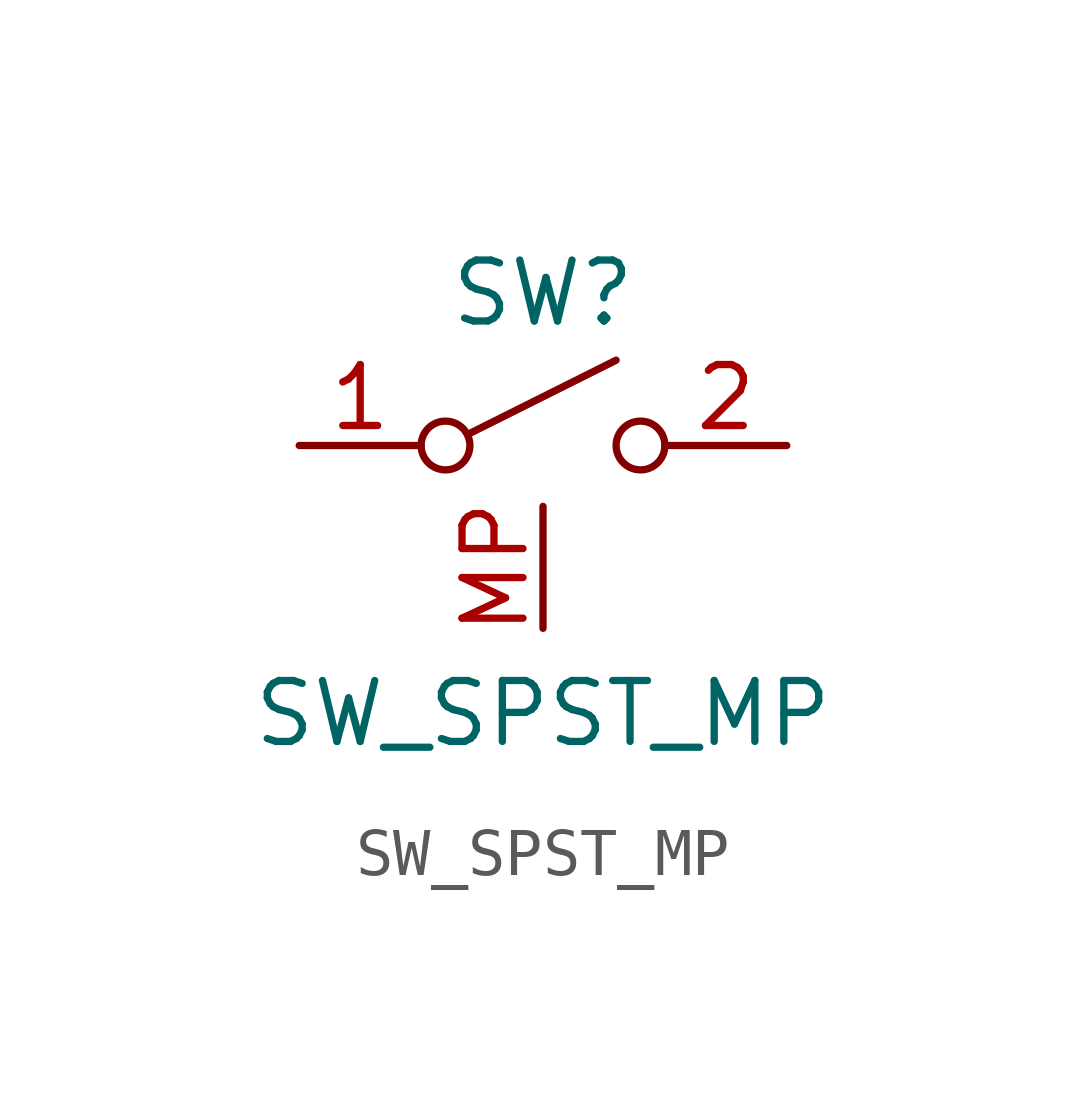
<source format=kicad_sym>
(kicad_symbol_lib
  (version 20231120)
  (generator "kicad_symbol_editor")
  (generator_version "8.0")
  (symbol "SW_SPST_MP"
    (pin_names
      (offset 0) hide)
    (property "Reference" "SW"
      (at 0 3.175 0)
      (effects (font (size 1.27 1.27))))
    (property "Value" "SW_SPST_MP"
      (at 0 -5.588 0)
      (effects (font (size 1.27 1.27))))
    (symbol "SW_SPST_MP_0_0"
      (circle (center -2.032 0) (radius 0.508) (stroke (width 0) (type default)) (fill (type none)))
      (polyline (pts (xy -1.524 0.254) (xy 1.524 1.778)) (stroke (width 0) (type default)) (fill (type none)))
      (circle (center 2.032 0) (radius 0.508) (stroke (width 0) (type default)) (fill (type none))))
    (symbol "SW_SPST_MP_1_1"
      (pin passive line (at -5.08 0 0) (length 2.54) (name "A" (effects (font (size 1.27 1.27)))) (number "1" (effects (font (size 1.27 1.27)))))
      (pin passive line (at 5.08 0 180) (length 2.54) (name "B" (effects (font (size 1.27 1.27)))) (number "2" (effects (font (size 1.27 1.27)))))
      (pin passive line (at 0 -3.81 90) (length 2.54) (name "MP" (effects (font (size 1.27 1.27)))) (number "MP" (effects (font (size 1.27 1.27))))))))
</source>
